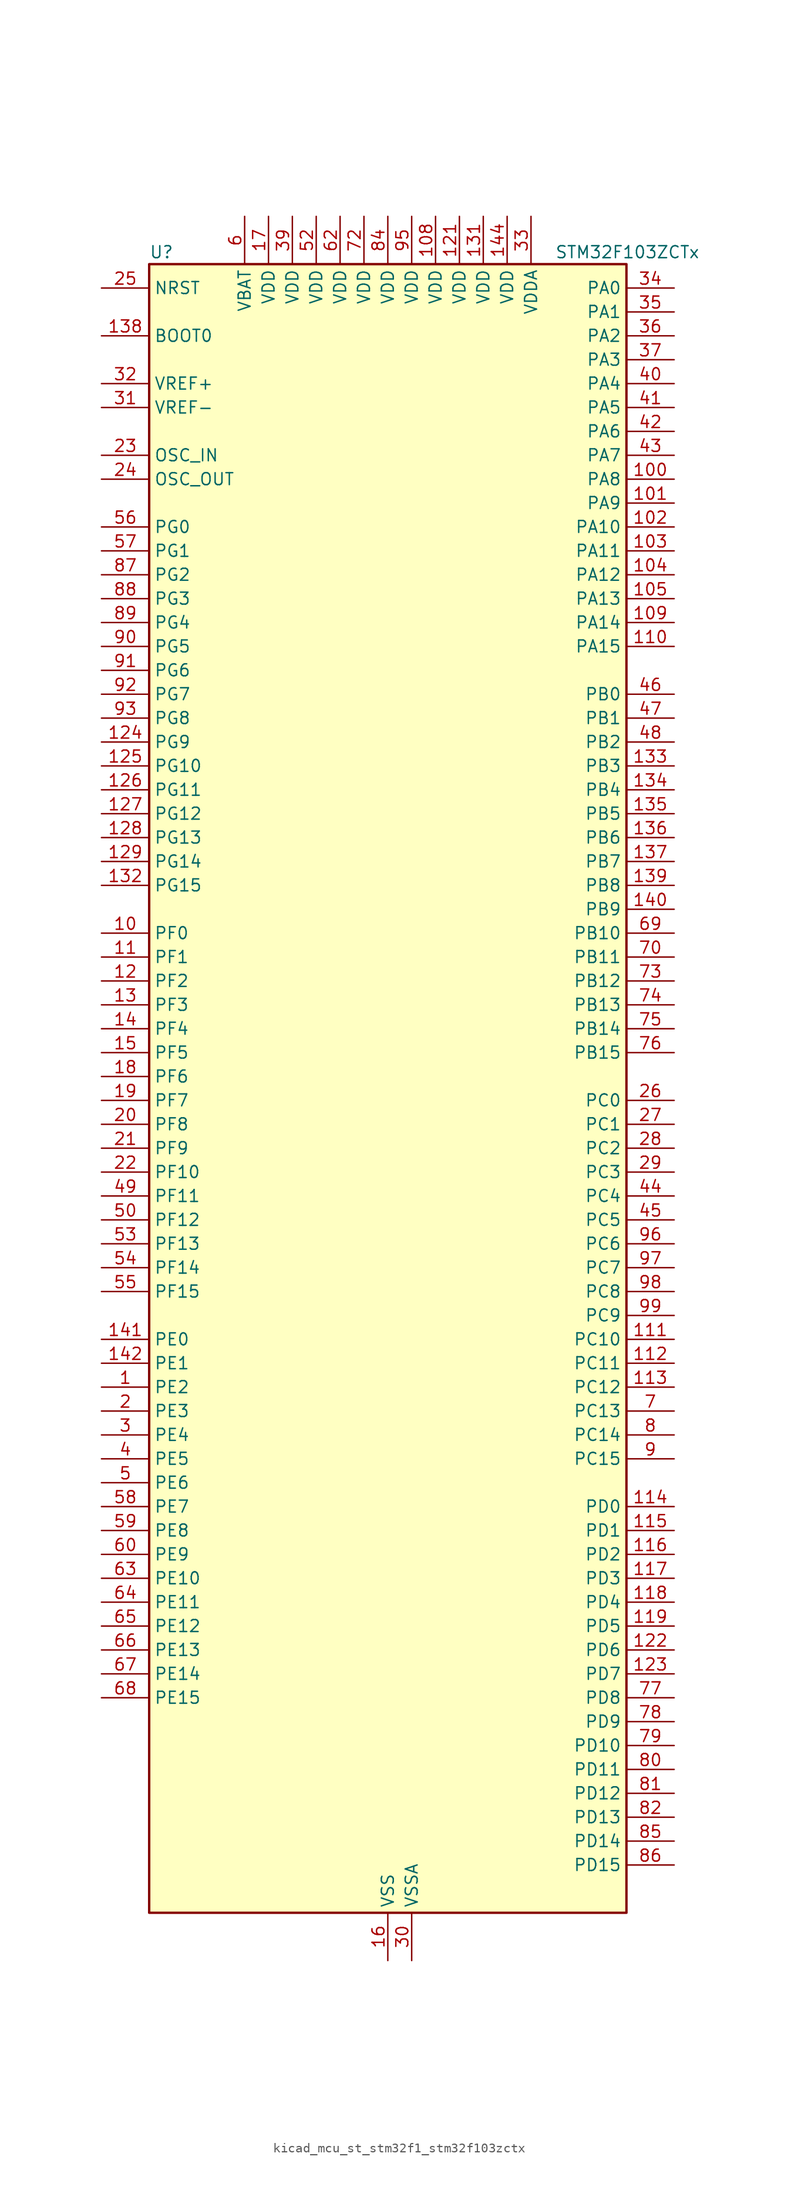
<source format=kicad_sym>
(kicad_symbol_lib
  (version 20220914)
  (generator kicad_symbol_editor)
  (symbol "kicad_mcu_st_stm32f1_stm32f103zctx"
    (property "Reference" "U"
      (at -25.4 90.17 0)
      (effects (font (size 1.27 1.27)) (justify left)))
    (property "Value" "STM32F103ZCTx"
      (at 17.78 90.17 0)
      (effects (font (size 1.27 1.27)) (justify left)))
    (property "ki_locked" ""
      (at 0 0 0)
      (effects (font (size 1.27 1.27))))
    (symbol "kicad_mcu_st_stm32f1_stm32f103zctx_0_1"
      (rectangle (start -25.4 -86.36) (end 25.4 88.9) (stroke (width 0.254) (type default)) (fill (type background))))
    (symbol "kicad_mcu_st_stm32f1_stm32f103zctx_1_1"
      (pin bidirectional line (at -30.48 -30.48 0) (length 5.08) (name "PE2" (effects (font (size 1.27 1.27)))) (number "1" (effects (font (size 1.27 1.27)))) (alternate "FSMC_A23" bidirectional line) (alternate "SYS_TRACECLK" bidirectional line))
      (pin bidirectional line (at -30.48 17.78 0) (length 5.08) (name "PF0" (effects (font (size 1.27 1.27)))) (number "10" (effects (font (size 1.27 1.27)))) (alternate "FSMC_A0" bidirectional line))
      (pin bidirectional line (at 30.48 66.04 180) (length 5.08) (name "PA8" (effects (font (size 1.27 1.27)))) (number "100" (effects (font (size 1.27 1.27)))) (alternate "RCC_MCO" bidirectional line) (alternate "TIM1_CH1" bidirectional line) (alternate "USART1_CK" bidirectional line))
      (pin bidirectional line (at 30.48 63.5 180) (length 5.08) (name "PA9" (effects (font (size 1.27 1.27)))) (number "101" (effects (font (size 1.27 1.27)))) (alternate "DAC_EXTI9" bidirectional line) (alternate "TIM1_CH2" bidirectional line) (alternate "USART1_TX" bidirectional line))
      (pin bidirectional line (at 30.48 60.96 180) (length 5.08) (name "PA10" (effects (font (size 1.27 1.27)))) (number "102" (effects (font (size 1.27 1.27)))) (alternate "TIM1_CH3" bidirectional line) (alternate "USART1_RX" bidirectional line))
      (pin bidirectional line (at 30.48 58.42 180) (length 5.08) (name "PA11" (effects (font (size 1.27 1.27)))) (number "103" (effects (font (size 1.27 1.27)))) (alternate "ADC1_EXTI11" bidirectional line) (alternate "ADC2_EXTI11" bidirectional line) (alternate "CAN_RX" bidirectional line) (alternate "TIM1_CH4" bidirectional line) (alternate "USART1_CTS" bidirectional line) (alternate "USB_DM" bidirectional line))
      (pin bidirectional line (at 30.48 55.88 180) (length 5.08) (name "PA12" (effects (font (size 1.27 1.27)))) (number "104" (effects (font (size 1.27 1.27)))) (alternate "CAN_TX" bidirectional line) (alternate "TIM1_ETR" bidirectional line) (alternate "USART1_RTS" bidirectional line) (alternate "USB_DP" bidirectional line))
      (pin bidirectional line (at 30.48 53.34 180) (length 5.08) (name "PA13" (effects (font (size 1.27 1.27)))) (number "105" (effects (font (size 1.27 1.27)))) (alternate "SYS_JTMS-SWDIO" bidirectional line))
      (pin no_connect line (at -25.4 -86.36 0) (length 5.08) hide (name "NC" (effects (font (size 1.27 1.27)))) (number "106" (effects (font (size 1.27 1.27)))))
      (pin passive line (at 0 -91.44 90) (length 5.08) hide (name "VSS" (effects (font (size 1.27 1.27)))) (number "107" (effects (font (size 1.27 1.27)))))
      (pin power_in line (at 5.08 93.98 270) (length 5.08) (name "VDD" (effects (font (size 1.27 1.27)))) (number "108" (effects (font (size 1.27 1.27)))))
      (pin bidirectional line (at 30.48 50.8 180) (length 5.08) (name "PA14" (effects (font (size 1.27 1.27)))) (number "109" (effects (font (size 1.27 1.27)))) (alternate "SYS_JTCK-SWCLK" bidirectional line))
      (pin bidirectional line (at -30.48 15.24 0) (length 5.08) (name "PF1" (effects (font (size 1.27 1.27)))) (number "11" (effects (font (size 1.27 1.27)))) (alternate "FSMC_A1" bidirectional line))
      (pin bidirectional line (at 30.48 48.26 180) (length 5.08) (name "PA15" (effects (font (size 1.27 1.27)))) (number "110" (effects (font (size 1.27 1.27)))) (alternate "ADC1_EXTI15" bidirectional line) (alternate "ADC2_EXTI15" bidirectional line) (alternate "I2S3_WS" bidirectional line) (alternate "SPI1_NSS" bidirectional line) (alternate "SPI3_NSS" bidirectional line) (alternate "SYS_JTDI" bidirectional line) (alternate "TIM2_CH1" bidirectional line) (alternate "TIM2_ETR" bidirectional line))
      (pin bidirectional line (at 30.48 -25.4 180) (length 5.08) (name "PC10" (effects (font (size 1.27 1.27)))) (number "111" (effects (font (size 1.27 1.27)))) (alternate "SDIO_D2" bidirectional line) (alternate "UART4_TX" bidirectional line) (alternate "USART3_TX" bidirectional line))
      (pin bidirectional line (at 30.48 -27.94 180) (length 5.08) (name "PC11" (effects (font (size 1.27 1.27)))) (number "112" (effects (font (size 1.27 1.27)))) (alternate "ADC1_EXTI11" bidirectional line) (alternate "ADC2_EXTI11" bidirectional line) (alternate "SDIO_D3" bidirectional line) (alternate "UART4_RX" bidirectional line) (alternate "USART3_RX" bidirectional line))
      (pin bidirectional line (at 30.48 -30.48 180) (length 5.08) (name "PC12" (effects (font (size 1.27 1.27)))) (number "113" (effects (font (size 1.27 1.27)))) (alternate "SDIO_CK" bidirectional line) (alternate "UART5_TX" bidirectional line) (alternate "USART3_CK" bidirectional line))
      (pin bidirectional line (at 30.48 -43.18 180) (length 5.08) (name "PD0" (effects (font (size 1.27 1.27)))) (number "114" (effects (font (size 1.27 1.27)))) (alternate "CAN_RX" bidirectional line) (alternate "FSMC_D2" bidirectional line) (alternate "FSMC_DA2" bidirectional line))
      (pin bidirectional line (at 30.48 -45.72 180) (length 5.08) (name "PD1" (effects (font (size 1.27 1.27)))) (number "115" (effects (font (size 1.27 1.27)))) (alternate "CAN_TX" bidirectional line) (alternate "FSMC_D3" bidirectional line) (alternate "FSMC_DA3" bidirectional line))
      (pin bidirectional line (at 30.48 -48.26 180) (length 5.08) (name "PD2" (effects (font (size 1.27 1.27)))) (number "116" (effects (font (size 1.27 1.27)))) (alternate "SDIO_CMD" bidirectional line) (alternate "TIM3_ETR" bidirectional line) (alternate "UART5_RX" bidirectional line))
      (pin bidirectional line (at 30.48 -50.8 180) (length 5.08) (name "PD3" (effects (font (size 1.27 1.27)))) (number "117" (effects (font (size 1.27 1.27)))) (alternate "FSMC_CLK" bidirectional line) (alternate "USART2_CTS" bidirectional line))
      (pin bidirectional line (at 30.48 -53.34 180) (length 5.08) (name "PD4" (effects (font (size 1.27 1.27)))) (number "118" (effects (font (size 1.27 1.27)))) (alternate "FSMC_NOE" bidirectional line) (alternate "USART2_RTS" bidirectional line))
      (pin bidirectional line (at 30.48 -55.88 180) (length 5.08) (name "PD5" (effects (font (size 1.27 1.27)))) (number "119" (effects (font (size 1.27 1.27)))) (alternate "FSMC_NWE" bidirectional line) (alternate "USART2_TX" bidirectional line))
      (pin bidirectional line (at -30.48 12.7 0) (length 5.08) (name "PF2" (effects (font (size 1.27 1.27)))) (number "12" (effects (font (size 1.27 1.27)))) (alternate "FSMC_A2" bidirectional line))
      (pin passive line (at 0 -91.44 90) (length 5.08) hide (name "VSS" (effects (font (size 1.27 1.27)))) (number "120" (effects (font (size 1.27 1.27)))))
      (pin power_in line (at 7.62 93.98 270) (length 5.08) (name "VDD" (effects (font (size 1.27 1.27)))) (number "121" (effects (font (size 1.27 1.27)))))
      (pin bidirectional line (at 30.48 -58.42 180) (length 5.08) (name "PD6" (effects (font (size 1.27 1.27)))) (number "122" (effects (font (size 1.27 1.27)))) (alternate "FSMC_NWAIT" bidirectional line) (alternate "USART2_RX" bidirectional line))
      (pin bidirectional line (at 30.48 -60.96 180) (length 5.08) (name "PD7" (effects (font (size 1.27 1.27)))) (number "123" (effects (font (size 1.27 1.27)))) (alternate "FSMC_NCE2" bidirectional line) (alternate "FSMC_NE1" bidirectional line) (alternate "USART2_CK" bidirectional line))
      (pin bidirectional line (at -30.48 38.1 0) (length 5.08) (name "PG9" (effects (font (size 1.27 1.27)))) (number "124" (effects (font (size 1.27 1.27)))) (alternate "DAC_EXTI9" bidirectional line) (alternate "FSMC_NCE3" bidirectional line) (alternate "FSMC_NE2" bidirectional line))
      (pin bidirectional line (at -30.48 35.56 0) (length 5.08) (name "PG10" (effects (font (size 1.27 1.27)))) (number "125" (effects (font (size 1.27 1.27)))) (alternate "FSMC_NCE4_1" bidirectional line) (alternate "FSMC_NE3" bidirectional line))
      (pin bidirectional line (at -30.48 33.02 0) (length 5.08) (name "PG11" (effects (font (size 1.27 1.27)))) (number "126" (effects (font (size 1.27 1.27)))) (alternate "ADC1_EXTI11" bidirectional line) (alternate "ADC2_EXTI11" bidirectional line) (alternate "FSMC_NCE4_2" bidirectional line))
      (pin bidirectional line (at -30.48 30.48 0) (length 5.08) (name "PG12" (effects (font (size 1.27 1.27)))) (number "127" (effects (font (size 1.27 1.27)))) (alternate "FSMC_NE4" bidirectional line))
      (pin bidirectional line (at -30.48 27.94 0) (length 5.08) (name "PG13" (effects (font (size 1.27 1.27)))) (number "128" (effects (font (size 1.27 1.27)))) (alternate "FSMC_A24" bidirectional line))
      (pin bidirectional line (at -30.48 25.4 0) (length 5.08) (name "PG14" (effects (font (size 1.27 1.27)))) (number "129" (effects (font (size 1.27 1.27)))) (alternate "FSMC_A25" bidirectional line))
      (pin bidirectional line (at -30.48 10.16 0) (length 5.08) (name "PF3" (effects (font (size 1.27 1.27)))) (number "13" (effects (font (size 1.27 1.27)))) (alternate "FSMC_A3" bidirectional line))
      (pin passive line (at 0 -91.44 90) (length 5.08) hide (name "VSS" (effects (font (size 1.27 1.27)))) (number "130" (effects (font (size 1.27 1.27)))))
      (pin power_in line (at 10.16 93.98 270) (length 5.08) (name "VDD" (effects (font (size 1.27 1.27)))) (number "131" (effects (font (size 1.27 1.27)))))
      (pin bidirectional line (at -30.48 22.86 0) (length 5.08) (name "PG15" (effects (font (size 1.27 1.27)))) (number "132" (effects (font (size 1.27 1.27)))) (alternate "ADC1_EXTI15" bidirectional line) (alternate "ADC2_EXTI15" bidirectional line))
      (pin bidirectional line (at 30.48 35.56 180) (length 5.08) (name "PB3" (effects (font (size 1.27 1.27)))) (number "133" (effects (font (size 1.27 1.27)))) (alternate "I2S3_CK" bidirectional line) (alternate "SPI1_SCK" bidirectional line) (alternate "SPI3_SCK" bidirectional line) (alternate "SYS_JTDO-TRACESWO" bidirectional line) (alternate "TIM2_CH2" bidirectional line))
      (pin bidirectional line (at 30.48 33.02 180) (length 5.08) (name "PB4" (effects (font (size 1.27 1.27)))) (number "134" (effects (font (size 1.27 1.27)))) (alternate "SPI1_MISO" bidirectional line) (alternate "SPI3_MISO" bidirectional line) (alternate "SYS_NJTRST" bidirectional line) (alternate "TIM3_CH1" bidirectional line))
      (pin bidirectional line (at 30.48 30.48 180) (length 5.08) (name "PB5" (effects (font (size 1.27 1.27)))) (number "135" (effects (font (size 1.27 1.27)))) (alternate "I2C1_SMBA" bidirectional line) (alternate "I2S3_SD" bidirectional line) (alternate "SPI1_MOSI" bidirectional line) (alternate "SPI3_MOSI" bidirectional line) (alternate "TIM3_CH2" bidirectional line))
      (pin bidirectional line (at 30.48 27.94 180) (length 5.08) (name "PB6" (effects (font (size 1.27 1.27)))) (number "136" (effects (font (size 1.27 1.27)))) (alternate "I2C1_SCL" bidirectional line) (alternate "TIM4_CH1" bidirectional line) (alternate "USART1_TX" bidirectional line))
      (pin bidirectional line (at 30.48 25.4 180) (length 5.08) (name "PB7" (effects (font (size 1.27 1.27)))) (number "137" (effects (font (size 1.27 1.27)))) (alternate "FSMC_NL" bidirectional line) (alternate "I2C1_SDA" bidirectional line) (alternate "TIM4_CH2" bidirectional line) (alternate "USART1_RX" bidirectional line))
      (pin input line (at -30.48 81.28 0) (length 5.08) (name "BOOT0" (effects (font (size 1.27 1.27)))) (number "138" (effects (font (size 1.27 1.27)))))
      (pin bidirectional line (at 30.48 22.86 180) (length 5.08) (name "PB8" (effects (font (size 1.27 1.27)))) (number "139" (effects (font (size 1.27 1.27)))) (alternate "CAN_RX" bidirectional line) (alternate "I2C1_SCL" bidirectional line) (alternate "SDIO_D4" bidirectional line) (alternate "TIM4_CH3" bidirectional line))
      (pin bidirectional line (at -30.48 7.62 0) (length 5.08) (name "PF4" (effects (font (size 1.27 1.27)))) (number "14" (effects (font (size 1.27 1.27)))) (alternate "FSMC_A4" bidirectional line))
      (pin bidirectional line (at 30.48 20.32 180) (length 5.08) (name "PB9" (effects (font (size 1.27 1.27)))) (number "140" (effects (font (size 1.27 1.27)))) (alternate "CAN_TX" bidirectional line) (alternate "DAC_EXTI9" bidirectional line) (alternate "I2C1_SDA" bidirectional line) (alternate "SDIO_D5" bidirectional line) (alternate "TIM4_CH4" bidirectional line))
      (pin bidirectional line (at -30.48 -25.4 0) (length 5.08) (name "PE0" (effects (font (size 1.27 1.27)))) (number "141" (effects (font (size 1.27 1.27)))) (alternate "FSMC_NBL0" bidirectional line) (alternate "TIM4_ETR" bidirectional line))
      (pin bidirectional line (at -30.48 -27.94 0) (length 5.08) (name "PE1" (effects (font (size 1.27 1.27)))) (number "142" (effects (font (size 1.27 1.27)))) (alternate "FSMC_NBL1" bidirectional line))
      (pin passive line (at 0 -91.44 90) (length 5.08) hide (name "VSS" (effects (font (size 1.27 1.27)))) (number "143" (effects (font (size 1.27 1.27)))))
      (pin power_in line (at 12.7 93.98 270) (length 5.08) (name "VDD" (effects (font (size 1.27 1.27)))) (number "144" (effects (font (size 1.27 1.27)))))
      (pin bidirectional line (at -30.48 5.08 0) (length 5.08) (name "PF5" (effects (font (size 1.27 1.27)))) (number "15" (effects (font (size 1.27 1.27)))) (alternate "FSMC_A5" bidirectional line))
      (pin power_in line (at 0 -91.44 90) (length 5.08) (name "VSS" (effects (font (size 1.27 1.27)))) (number "16" (effects (font (size 1.27 1.27)))))
      (pin power_in line (at -12.7 93.98 270) (length 5.08) (name "VDD" (effects (font (size 1.27 1.27)))) (number "17" (effects (font (size 1.27 1.27)))))
      (pin bidirectional line (at -30.48 2.54 0) (length 5.08) (name "PF6" (effects (font (size 1.27 1.27)))) (number "18" (effects (font (size 1.27 1.27)))) (alternate "ADC3_IN4" bidirectional line) (alternate "FSMC_NIORD" bidirectional line))
      (pin bidirectional line (at -30.48 0 0) (length 5.08) (name "PF7" (effects (font (size 1.27 1.27)))) (number "19" (effects (font (size 1.27 1.27)))) (alternate "ADC3_IN5" bidirectional line) (alternate "FSMC_NREG" bidirectional line))
      (pin bidirectional line (at -30.48 -33.02 0) (length 5.08) (name "PE3" (effects (font (size 1.27 1.27)))) (number "2" (effects (font (size 1.27 1.27)))) (alternate "FSMC_A19" bidirectional line) (alternate "SYS_TRACED0" bidirectional line))
      (pin bidirectional line (at -30.48 -2.54 0) (length 5.08) (name "PF8" (effects (font (size 1.27 1.27)))) (number "20" (effects (font (size 1.27 1.27)))) (alternate "ADC3_IN6" bidirectional line) (alternate "FSMC_NIOWR" bidirectional line))
      (pin bidirectional line (at -30.48 -5.08 0) (length 5.08) (name "PF9" (effects (font (size 1.27 1.27)))) (number "21" (effects (font (size 1.27 1.27)))) (alternate "ADC3_IN7" bidirectional line) (alternate "DAC_EXTI9" bidirectional line) (alternate "FSMC_CD" bidirectional line))
      (pin bidirectional line (at -30.48 -7.62 0) (length 5.08) (name "PF10" (effects (font (size 1.27 1.27)))) (number "22" (effects (font (size 1.27 1.27)))) (alternate "ADC3_IN8" bidirectional line) (alternate "FSMC_INTR" bidirectional line))
      (pin input line (at -30.48 68.58 0) (length 5.08) (name "OSC_IN" (effects (font (size 1.27 1.27)))) (number "23" (effects (font (size 1.27 1.27)))) (alternate "RCC_OSC_IN" bidirectional line))
      (pin input line (at -30.48 66.04 0) (length 5.08) (name "OSC_OUT" (effects (font (size 1.27 1.27)))) (number "24" (effects (font (size 1.27 1.27)))) (alternate "RCC_OSC_OUT" bidirectional line))
      (pin input line (at -30.48 86.36 0) (length 5.08) (name "NRST" (effects (font (size 1.27 1.27)))) (number "25" (effects (font (size 1.27 1.27)))))
      (pin bidirectional line (at 30.48 0 180) (length 5.08) (name "PC0" (effects (font (size 1.27 1.27)))) (number "26" (effects (font (size 1.27 1.27)))) (alternate "ADC1_IN10" bidirectional line) (alternate "ADC2_IN10" bidirectional line) (alternate "ADC3_IN10" bidirectional line))
      (pin bidirectional line (at 30.48 -2.54 180) (length 5.08) (name "PC1" (effects (font (size 1.27 1.27)))) (number "27" (effects (font (size 1.27 1.27)))) (alternate "ADC1_IN11" bidirectional line) (alternate "ADC2_IN11" bidirectional line) (alternate "ADC3_IN11" bidirectional line))
      (pin bidirectional line (at 30.48 -5.08 180) (length 5.08) (name "PC2" (effects (font (size 1.27 1.27)))) (number "28" (effects (font (size 1.27 1.27)))) (alternate "ADC1_IN12" bidirectional line) (alternate "ADC2_IN12" bidirectional line) (alternate "ADC3_IN12" bidirectional line))
      (pin bidirectional line (at 30.48 -7.62 180) (length 5.08) (name "PC3" (effects (font (size 1.27 1.27)))) (number "29" (effects (font (size 1.27 1.27)))) (alternate "ADC1_IN13" bidirectional line) (alternate "ADC2_IN13" bidirectional line) (alternate "ADC3_IN13" bidirectional line))
      (pin bidirectional line (at -30.48 -35.56 0) (length 5.08) (name "PE4" (effects (font (size 1.27 1.27)))) (number "3" (effects (font (size 1.27 1.27)))) (alternate "FSMC_A20" bidirectional line) (alternate "SYS_TRACED1" bidirectional line))
      (pin power_in line (at 2.54 -91.44 90) (length 5.08) (name "VSSA" (effects (font (size 1.27 1.27)))) (number "30" (effects (font (size 1.27 1.27)))))
      (pin input line (at -30.48 73.66 0) (length 5.08) (name "VREF-" (effects (font (size 1.27 1.27)))) (number "31" (effects (font (size 1.27 1.27)))))
      (pin input line (at -30.48 76.2 0) (length 5.08) (name "VREF+" (effects (font (size 1.27 1.27)))) (number "32" (effects (font (size 1.27 1.27)))))
      (pin power_in line (at 15.24 93.98 270) (length 5.08) (name "VDDA" (effects (font (size 1.27 1.27)))) (number "33" (effects (font (size 1.27 1.27)))))
      (pin bidirectional line (at 30.48 86.36 180) (length 5.08) (name "PA0" (effects (font (size 1.27 1.27)))) (number "34" (effects (font (size 1.27 1.27)))) (alternate "ADC1_IN0" bidirectional line) (alternate "ADC2_IN0" bidirectional line) (alternate "ADC3_IN0" bidirectional line) (alternate "SYS_WKUP" bidirectional line) (alternate "TIM2_CH1" bidirectional line) (alternate "TIM2_ETR" bidirectional line) (alternate "TIM5_CH1" bidirectional line) (alternate "TIM8_ETR" bidirectional line) (alternate "USART2_CTS" bidirectional line))
      (pin bidirectional line (at 30.48 83.82 180) (length 5.08) (name "PA1" (effects (font (size 1.27 1.27)))) (number "35" (effects (font (size 1.27 1.27)))) (alternate "ADC1_IN1" bidirectional line) (alternate "ADC2_IN1" bidirectional line) (alternate "ADC3_IN1" bidirectional line) (alternate "TIM2_CH2" bidirectional line) (alternate "TIM5_CH2" bidirectional line) (alternate "USART2_RTS" bidirectional line))
      (pin bidirectional line (at 30.48 81.28 180) (length 5.08) (name "PA2" (effects (font (size 1.27 1.27)))) (number "36" (effects (font (size 1.27 1.27)))) (alternate "ADC1_IN2" bidirectional line) (alternate "ADC2_IN2" bidirectional line) (alternate "ADC3_IN2" bidirectional line) (alternate "TIM2_CH3" bidirectional line) (alternate "TIM5_CH3" bidirectional line) (alternate "USART2_TX" bidirectional line))
      (pin bidirectional line (at 30.48 78.74 180) (length 5.08) (name "PA3" (effects (font (size 1.27 1.27)))) (number "37" (effects (font (size 1.27 1.27)))) (alternate "ADC1_IN3" bidirectional line) (alternate "ADC2_IN3" bidirectional line) (alternate "ADC3_IN3" bidirectional line) (alternate "TIM2_CH4" bidirectional line) (alternate "TIM5_CH4" bidirectional line) (alternate "USART2_RX" bidirectional line))
      (pin passive line (at 0 -91.44 90) (length 5.08) hide (name "VSS" (effects (font (size 1.27 1.27)))) (number "38" (effects (font (size 1.27 1.27)))))
      (pin power_in line (at -10.16 93.98 270) (length 5.08) (name "VDD" (effects (font (size 1.27 1.27)))) (number "39" (effects (font (size 1.27 1.27)))))
      (pin bidirectional line (at -30.48 -38.1 0) (length 5.08) (name "PE5" (effects (font (size 1.27 1.27)))) (number "4" (effects (font (size 1.27 1.27)))) (alternate "FSMC_A21" bidirectional line) (alternate "SYS_TRACED2" bidirectional line))
      (pin bidirectional line (at 30.48 76.2 180) (length 5.08) (name "PA4" (effects (font (size 1.27 1.27)))) (number "40" (effects (font (size 1.27 1.27)))) (alternate "ADC1_IN4" bidirectional line) (alternate "ADC2_IN4" bidirectional line) (alternate "DAC_OUT1" bidirectional line) (alternate "SPI1_NSS" bidirectional line) (alternate "USART2_CK" bidirectional line))
      (pin bidirectional line (at 30.48 73.66 180) (length 5.08) (name "PA5" (effects (font (size 1.27 1.27)))) (number "41" (effects (font (size 1.27 1.27)))) (alternate "ADC1_IN5" bidirectional line) (alternate "ADC2_IN5" bidirectional line) (alternate "DAC_OUT2" bidirectional line) (alternate "SPI1_SCK" bidirectional line))
      (pin bidirectional line (at 30.48 71.12 180) (length 5.08) (name "PA6" (effects (font (size 1.27 1.27)))) (number "42" (effects (font (size 1.27 1.27)))) (alternate "ADC1_IN6" bidirectional line) (alternate "ADC2_IN6" bidirectional line) (alternate "SPI1_MISO" bidirectional line) (alternate "TIM1_BKIN" bidirectional line) (alternate "TIM3_CH1" bidirectional line) (alternate "TIM8_BKIN" bidirectional line))
      (pin bidirectional line (at 30.48 68.58 180) (length 5.08) (name "PA7" (effects (font (size 1.27 1.27)))) (number "43" (effects (font (size 1.27 1.27)))) (alternate "ADC1_IN7" bidirectional line) (alternate "ADC2_IN7" bidirectional line) (alternate "SPI1_MOSI" bidirectional line) (alternate "TIM1_CH1N" bidirectional line) (alternate "TIM3_CH2" bidirectional line) (alternate "TIM8_CH1N" bidirectional line))
      (pin bidirectional line (at 30.48 -10.16 180) (length 5.08) (name "PC4" (effects (font (size 1.27 1.27)))) (number "44" (effects (font (size 1.27 1.27)))) (alternate "ADC1_IN14" bidirectional line) (alternate "ADC2_IN14" bidirectional line))
      (pin bidirectional line (at 30.48 -12.7 180) (length 5.08) (name "PC5" (effects (font (size 1.27 1.27)))) (number "45" (effects (font (size 1.27 1.27)))) (alternate "ADC1_IN15" bidirectional line) (alternate "ADC2_IN15" bidirectional line))
      (pin bidirectional line (at 30.48 43.18 180) (length 5.08) (name "PB0" (effects (font (size 1.27 1.27)))) (number "46" (effects (font (size 1.27 1.27)))) (alternate "ADC1_IN8" bidirectional line) (alternate "ADC2_IN8" bidirectional line) (alternate "TIM1_CH2N" bidirectional line) (alternate "TIM3_CH3" bidirectional line) (alternate "TIM8_CH2N" bidirectional line))
      (pin bidirectional line (at 30.48 40.64 180) (length 5.08) (name "PB1" (effects (font (size 1.27 1.27)))) (number "47" (effects (font (size 1.27 1.27)))) (alternate "ADC1_IN9" bidirectional line) (alternate "ADC2_IN9" bidirectional line) (alternate "TIM1_CH3N" bidirectional line) (alternate "TIM3_CH4" bidirectional line) (alternate "TIM8_CH3N" bidirectional line))
      (pin bidirectional line (at 30.48 38.1 180) (length 5.08) (name "PB2" (effects (font (size 1.27 1.27)))) (number "48" (effects (font (size 1.27 1.27)))))
      (pin bidirectional line (at -30.48 -10.16 0) (length 5.08) (name "PF11" (effects (font (size 1.27 1.27)))) (number "49" (effects (font (size 1.27 1.27)))) (alternate "ADC1_EXTI11" bidirectional line) (alternate "ADC2_EXTI11" bidirectional line) (alternate "FSMC_NIOS16" bidirectional line))
      (pin bidirectional line (at -30.48 -40.64 0) (length 5.08) (name "PE6" (effects (font (size 1.27 1.27)))) (number "5" (effects (font (size 1.27 1.27)))) (alternate "FSMC_A22" bidirectional line) (alternate "SYS_TRACED3" bidirectional line))
      (pin bidirectional line (at -30.48 -12.7 0) (length 5.08) (name "PF12" (effects (font (size 1.27 1.27)))) (number "50" (effects (font (size 1.27 1.27)))) (alternate "FSMC_A6" bidirectional line))
      (pin passive line (at 0 -91.44 90) (length 5.08) hide (name "VSS" (effects (font (size 1.27 1.27)))) (number "51" (effects (font (size 1.27 1.27)))))
      (pin power_in line (at -7.62 93.98 270) (length 5.08) (name "VDD" (effects (font (size 1.27 1.27)))) (number "52" (effects (font (size 1.27 1.27)))))
      (pin bidirectional line (at -30.48 -15.24 0) (length 5.08) (name "PF13" (effects (font (size 1.27 1.27)))) (number "53" (effects (font (size 1.27 1.27)))) (alternate "FSMC_A7" bidirectional line))
      (pin bidirectional line (at -30.48 -17.78 0) (length 5.08) (name "PF14" (effects (font (size 1.27 1.27)))) (number "54" (effects (font (size 1.27 1.27)))) (alternate "FSMC_A8" bidirectional line))
      (pin bidirectional line (at -30.48 -20.32 0) (length 5.08) (name "PF15" (effects (font (size 1.27 1.27)))) (number "55" (effects (font (size 1.27 1.27)))) (alternate "ADC1_EXTI15" bidirectional line) (alternate "ADC2_EXTI15" bidirectional line) (alternate "FSMC_A9" bidirectional line))
      (pin bidirectional line (at -30.48 60.96 0) (length 5.08) (name "PG0" (effects (font (size 1.27 1.27)))) (number "56" (effects (font (size 1.27 1.27)))) (alternate "FSMC_A10" bidirectional line))
      (pin bidirectional line (at -30.48 58.42 0) (length 5.08) (name "PG1" (effects (font (size 1.27 1.27)))) (number "57" (effects (font (size 1.27 1.27)))) (alternate "FSMC_A11" bidirectional line))
      (pin bidirectional line (at -30.48 -43.18 0) (length 5.08) (name "PE7" (effects (font (size 1.27 1.27)))) (number "58" (effects (font (size 1.27 1.27)))) (alternate "FSMC_D4" bidirectional line) (alternate "FSMC_DA4" bidirectional line) (alternate "TIM1_ETR" bidirectional line))
      (pin bidirectional line (at -30.48 -45.72 0) (length 5.08) (name "PE8" (effects (font (size 1.27 1.27)))) (number "59" (effects (font (size 1.27 1.27)))) (alternate "FSMC_D5" bidirectional line) (alternate "FSMC_DA5" bidirectional line) (alternate "TIM1_CH1N" bidirectional line))
      (pin power_in line (at -15.24 93.98 270) (length 5.08) (name "VBAT" (effects (font (size 1.27 1.27)))) (number "6" (effects (font (size 1.27 1.27)))))
      (pin bidirectional line (at -30.48 -48.26 0) (length 5.08) (name "PE9" (effects (font (size 1.27 1.27)))) (number "60" (effects (font (size 1.27 1.27)))) (alternate "DAC_EXTI9" bidirectional line) (alternate "FSMC_D6" bidirectional line) (alternate "FSMC_DA6" bidirectional line) (alternate "TIM1_CH1" bidirectional line))
      (pin passive line (at 0 -91.44 90) (length 5.08) hide (name "VSS" (effects (font (size 1.27 1.27)))) (number "61" (effects (font (size 1.27 1.27)))))
      (pin power_in line (at -5.08 93.98 270) (length 5.08) (name "VDD" (effects (font (size 1.27 1.27)))) (number "62" (effects (font (size 1.27 1.27)))))
      (pin bidirectional line (at -30.48 -50.8 0) (length 5.08) (name "PE10" (effects (font (size 1.27 1.27)))) (number "63" (effects (font (size 1.27 1.27)))) (alternate "FSMC_D7" bidirectional line) (alternate "FSMC_DA7" bidirectional line) (alternate "TIM1_CH2N" bidirectional line))
      (pin bidirectional line (at -30.48 -53.34 0) (length 5.08) (name "PE11" (effects (font (size 1.27 1.27)))) (number "64" (effects (font (size 1.27 1.27)))) (alternate "ADC1_EXTI11" bidirectional line) (alternate "ADC2_EXTI11" bidirectional line) (alternate "FSMC_D8" bidirectional line) (alternate "FSMC_DA8" bidirectional line) (alternate "TIM1_CH2" bidirectional line))
      (pin bidirectional line (at -30.48 -55.88 0) (length 5.08) (name "PE12" (effects (font (size 1.27 1.27)))) (number "65" (effects (font (size 1.27 1.27)))) (alternate "FSMC_D9" bidirectional line) (alternate "FSMC_DA9" bidirectional line) (alternate "TIM1_CH3N" bidirectional line))
      (pin bidirectional line (at -30.48 -58.42 0) (length 5.08) (name "PE13" (effects (font (size 1.27 1.27)))) (number "66" (effects (font (size 1.27 1.27)))) (alternate "FSMC_D10" bidirectional line) (alternate "FSMC_DA10" bidirectional line) (alternate "TIM1_CH3" bidirectional line))
      (pin bidirectional line (at -30.48 -60.96 0) (length 5.08) (name "PE14" (effects (font (size 1.27 1.27)))) (number "67" (effects (font (size 1.27 1.27)))) (alternate "FSMC_D11" bidirectional line) (alternate "FSMC_DA11" bidirectional line) (alternate "TIM1_CH4" bidirectional line))
      (pin bidirectional line (at -30.48 -63.5 0) (length 5.08) (name "PE15" (effects (font (size 1.27 1.27)))) (number "68" (effects (font (size 1.27 1.27)))) (alternate "ADC1_EXTI15" bidirectional line) (alternate "ADC2_EXTI15" bidirectional line) (alternate "FSMC_D12" bidirectional line) (alternate "FSMC_DA12" bidirectional line) (alternate "TIM1_BKIN" bidirectional line))
      (pin bidirectional line (at 30.48 17.78 180) (length 5.08) (name "PB10" (effects (font (size 1.27 1.27)))) (number "69" (effects (font (size 1.27 1.27)))) (alternate "I2C2_SCL" bidirectional line) (alternate "TIM2_CH3" bidirectional line) (alternate "USART3_TX" bidirectional line))
      (pin bidirectional line (at 30.48 -33.02 180) (length 5.08) (name "PC13" (effects (font (size 1.27 1.27)))) (number "7" (effects (font (size 1.27 1.27)))) (alternate "RTC_OUT" bidirectional line) (alternate "RTC_TAMPER" bidirectional line))
      (pin bidirectional line (at 30.48 15.24 180) (length 5.08) (name "PB11" (effects (font (size 1.27 1.27)))) (number "70" (effects (font (size 1.27 1.27)))) (alternate "ADC1_EXTI11" bidirectional line) (alternate "ADC2_EXTI11" bidirectional line) (alternate "I2C2_SDA" bidirectional line) (alternate "TIM2_CH4" bidirectional line) (alternate "USART3_RX" bidirectional line))
      (pin passive line (at 0 -91.44 90) (length 5.08) hide (name "VSS" (effects (font (size 1.27 1.27)))) (number "71" (effects (font (size 1.27 1.27)))))
      (pin power_in line (at -2.54 93.98 270) (length 5.08) (name "VDD" (effects (font (size 1.27 1.27)))) (number "72" (effects (font (size 1.27 1.27)))))
      (pin bidirectional line (at 30.48 12.7 180) (length 5.08) (name "PB12" (effects (font (size 1.27 1.27)))) (number "73" (effects (font (size 1.27 1.27)))) (alternate "I2C2_SMBA" bidirectional line) (alternate "I2S2_WS" bidirectional line) (alternate "SPI2_NSS" bidirectional line) (alternate "TIM1_BKIN" bidirectional line) (alternate "USART3_CK" bidirectional line))
      (pin bidirectional line (at 30.48 10.16 180) (length 5.08) (name "PB13" (effects (font (size 1.27 1.27)))) (number "74" (effects (font (size 1.27 1.27)))) (alternate "I2S2_CK" bidirectional line) (alternate "SPI2_SCK" bidirectional line) (alternate "TIM1_CH1N" bidirectional line) (alternate "USART3_CTS" bidirectional line))
      (pin bidirectional line (at 30.48 7.62 180) (length 5.08) (name "PB14" (effects (font (size 1.27 1.27)))) (number "75" (effects (font (size 1.27 1.27)))) (alternate "SPI2_MISO" bidirectional line) (alternate "TIM1_CH2N" bidirectional line) (alternate "USART3_RTS" bidirectional line))
      (pin bidirectional line (at 30.48 5.08 180) (length 5.08) (name "PB15" (effects (font (size 1.27 1.27)))) (number "76" (effects (font (size 1.27 1.27)))) (alternate "ADC1_EXTI15" bidirectional line) (alternate "ADC2_EXTI15" bidirectional line) (alternate "I2S2_SD" bidirectional line) (alternate "SPI2_MOSI" bidirectional line) (alternate "TIM1_CH3N" bidirectional line))
      (pin bidirectional line (at 30.48 -63.5 180) (length 5.08) (name "PD8" (effects (font (size 1.27 1.27)))) (number "77" (effects (font (size 1.27 1.27)))) (alternate "FSMC_D13" bidirectional line) (alternate "FSMC_DA13" bidirectional line) (alternate "USART3_TX" bidirectional line))
      (pin bidirectional line (at 30.48 -66.04 180) (length 5.08) (name "PD9" (effects (font (size 1.27 1.27)))) (number "78" (effects (font (size 1.27 1.27)))) (alternate "DAC_EXTI9" bidirectional line) (alternate "FSMC_D14" bidirectional line) (alternate "FSMC_DA14" bidirectional line) (alternate "USART3_RX" bidirectional line))
      (pin bidirectional line (at 30.48 -68.58 180) (length 5.08) (name "PD10" (effects (font (size 1.27 1.27)))) (number "79" (effects (font (size 1.27 1.27)))) (alternate "FSMC_D15" bidirectional line) (alternate "FSMC_DA15" bidirectional line) (alternate "USART3_CK" bidirectional line))
      (pin bidirectional line (at 30.48 -35.56 180) (length 5.08) (name "PC14" (effects (font (size 1.27 1.27)))) (number "8" (effects (font (size 1.27 1.27)))) (alternate "RCC_OSC32_IN" bidirectional line))
      (pin bidirectional line (at 30.48 -71.12 180) (length 5.08) (name "PD11" (effects (font (size 1.27 1.27)))) (number "80" (effects (font (size 1.27 1.27)))) (alternate "ADC1_EXTI11" bidirectional line) (alternate "ADC2_EXTI11" bidirectional line) (alternate "FSMC_A16" bidirectional line) (alternate "FSMC_CLE" bidirectional line) (alternate "USART3_CTS" bidirectional line))
      (pin bidirectional line (at 30.48 -73.66 180) (length 5.08) (name "PD12" (effects (font (size 1.27 1.27)))) (number "81" (effects (font (size 1.27 1.27)))) (alternate "FSMC_A17" bidirectional line) (alternate "FSMC_ALE" bidirectional line) (alternate "TIM4_CH1" bidirectional line) (alternate "USART3_RTS" bidirectional line))
      (pin bidirectional line (at 30.48 -76.2 180) (length 5.08) (name "PD13" (effects (font (size 1.27 1.27)))) (number "82" (effects (font (size 1.27 1.27)))) (alternate "FSMC_A18" bidirectional line) (alternate "TIM4_CH2" bidirectional line))
      (pin passive line (at 0 -91.44 90) (length 5.08) hide (name "VSS" (effects (font (size 1.27 1.27)))) (number "83" (effects (font (size 1.27 1.27)))))
      (pin power_in line (at 0 93.98 270) (length 5.08) (name "VDD" (effects (font (size 1.27 1.27)))) (number "84" (effects (font (size 1.27 1.27)))))
      (pin bidirectional line (at 30.48 -78.74 180) (length 5.08) (name "PD14" (effects (font (size 1.27 1.27)))) (number "85" (effects (font (size 1.27 1.27)))) (alternate "FSMC_D0" bidirectional line) (alternate "FSMC_DA0" bidirectional line) (alternate "TIM4_CH3" bidirectional line))
      (pin bidirectional line (at 30.48 -81.28 180) (length 5.08) (name "PD15" (effects (font (size 1.27 1.27)))) (number "86" (effects (font (size 1.27 1.27)))) (alternate "ADC1_EXTI15" bidirectional line) (alternate "ADC2_EXTI15" bidirectional line) (alternate "FSMC_D1" bidirectional line) (alternate "FSMC_DA1" bidirectional line) (alternate "TIM4_CH4" bidirectional line))
      (pin bidirectional line (at -30.48 55.88 0) (length 5.08) (name "PG2" (effects (font (size 1.27 1.27)))) (number "87" (effects (font (size 1.27 1.27)))) (alternate "FSMC_A12" bidirectional line))
      (pin bidirectional line (at -30.48 53.34 0) (length 5.08) (name "PG3" (effects (font (size 1.27 1.27)))) (number "88" (effects (font (size 1.27 1.27)))) (alternate "FSMC_A13" bidirectional line))
      (pin bidirectional line (at -30.48 50.8 0) (length 5.08) (name "PG4" (effects (font (size 1.27 1.27)))) (number "89" (effects (font (size 1.27 1.27)))) (alternate "FSMC_A14" bidirectional line))
      (pin bidirectional line (at 30.48 -38.1 180) (length 5.08) (name "PC15" (effects (font (size 1.27 1.27)))) (number "9" (effects (font (size 1.27 1.27)))) (alternate "ADC1_EXTI15" bidirectional line) (alternate "ADC2_EXTI15" bidirectional line) (alternate "RCC_OSC32_OUT" bidirectional line))
      (pin bidirectional line (at -30.48 48.26 0) (length 5.08) (name "PG5" (effects (font (size 1.27 1.27)))) (number "90" (effects (font (size 1.27 1.27)))) (alternate "FSMC_A15" bidirectional line))
      (pin bidirectional line (at -30.48 45.72 0) (length 5.08) (name "PG6" (effects (font (size 1.27 1.27)))) (number "91" (effects (font (size 1.27 1.27)))) (alternate "FSMC_INT2" bidirectional line))
      (pin bidirectional line (at -30.48 43.18 0) (length 5.08) (name "PG7" (effects (font (size 1.27 1.27)))) (number "92" (effects (font (size 1.27 1.27)))) (alternate "FSMC_INT3" bidirectional line))
      (pin bidirectional line (at -30.48 40.64 0) (length 5.08) (name "PG8" (effects (font (size 1.27 1.27)))) (number "93" (effects (font (size 1.27 1.27)))))
      (pin passive line (at 0 -91.44 90) (length 5.08) hide (name "VSS" (effects (font (size 1.27 1.27)))) (number "94" (effects (font (size 1.27 1.27)))))
      (pin power_in line (at 2.54 93.98 270) (length 5.08) (name "VDD" (effects (font (size 1.27 1.27)))) (number "95" (effects (font (size 1.27 1.27)))))
      (pin bidirectional line (at 30.48 -15.24 180) (length 5.08) (name "PC6" (effects (font (size 1.27 1.27)))) (number "96" (effects (font (size 1.27 1.27)))) (alternate "I2S2_MCK" bidirectional line) (alternate "SDIO_D6" bidirectional line) (alternate "TIM3_CH1" bidirectional line) (alternate "TIM8_CH1" bidirectional line))
      (pin bidirectional line (at 30.48 -17.78 180) (length 5.08) (name "PC7" (effects (font (size 1.27 1.27)))) (number "97" (effects (font (size 1.27 1.27)))) (alternate "I2S3_MCK" bidirectional line) (alternate "SDIO_D7" bidirectional line) (alternate "TIM3_CH2" bidirectional line) (alternate "TIM8_CH2" bidirectional line))
      (pin bidirectional line (at 30.48 -20.32 180) (length 5.08) (name "PC8" (effects (font (size 1.27 1.27)))) (number "98" (effects (font (size 1.27 1.27)))) (alternate "SDIO_D0" bidirectional line) (alternate "TIM3_CH3" bidirectional line) (alternate "TIM8_CH3" bidirectional line))
      (pin bidirectional line (at 30.48 -22.86 180) (length 5.08) (name "PC9" (effects (font (size 1.27 1.27)))) (number "99" (effects (font (size 1.27 1.27)))) (alternate "DAC_EXTI9" bidirectional line) (alternate "SDIO_D1" bidirectional line) (alternate "TIM3_CH4" bidirectional line) (alternate "TIM8_CH4" bidirectional line)))))
</source>
